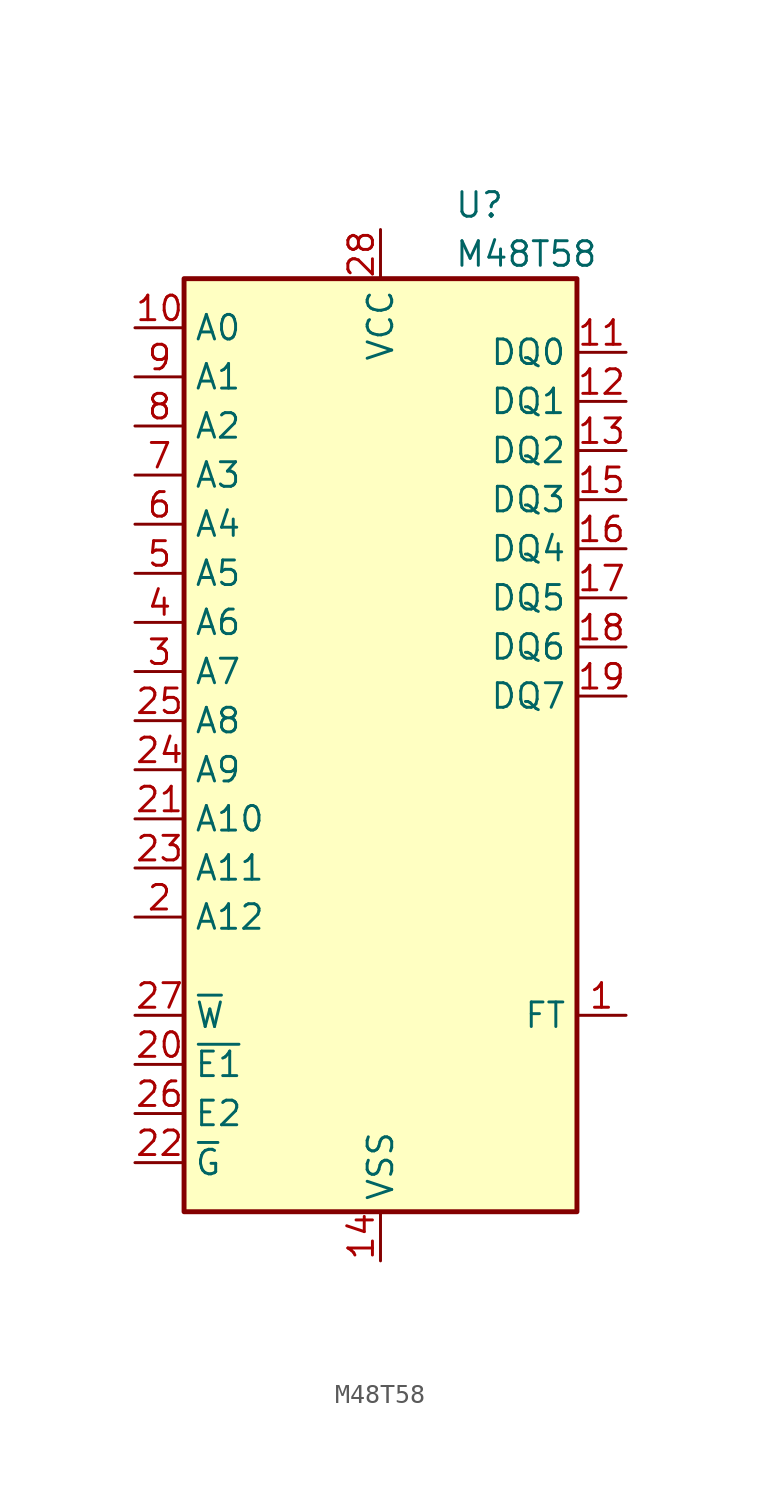
<source format=kicad_sym>
(kicad_symbol_lib
  (version 20231120)
  (generator "kicad_symbol_editor")
  (generator_version "8.0")
  (symbol "M48T58"
    (property "Reference" "U"
      (at 3.81 27.94 0)
      (effects (font (size 1.27 1.27)) (justify left)))
    (property "Value" "M48T58"
      (at 3.81 25.4 0)
      (effects (font (size 1.27 1.27)) (justify left)))
    (symbol "M48T58_1_1"
      (rectangle (start -10.16 24.13) (end 10.16 -24.13) (stroke (width 0.254) (type default)) (fill (type background)))
      (pin input line (at 12.7 -13.97 180) (length 2.54) (name "FT" (effects (font (size 1.27 1.27)))) (number "1" (effects (font (size 1.27 1.27)))))
      (pin input line (at -12.7 21.59 0) (length 2.54) (name "A0" (effects (font (size 1.27 1.27)))) (number "10" (effects (font (size 1.27 1.27)))))
      (pin bidirectional line (at 12.7 20.32 180) (length 2.54) (name "DQ0" (effects (font (size 1.27 1.27)))) (number "11" (effects (font (size 1.27 1.27)))))
      (pin bidirectional line (at 12.7 17.78 180) (length 2.54) (name "DQ1" (effects (font (size 1.27 1.27)))) (number "12" (effects (font (size 1.27 1.27)))))
      (pin bidirectional line (at 12.7 15.24 180) (length 2.54) (name "DQ2" (effects (font (size 1.27 1.27)))) (number "13" (effects (font (size 1.27 1.27)))))
      (pin power_in line (at 0 -26.67 90) (length 2.54) (name "VSS" (effects (font (size 1.27 1.27)))) (number "14" (effects (font (size 1.27 1.27)))))
      (pin bidirectional line (at 12.7 12.7 180) (length 2.54) (name "DQ3" (effects (font (size 1.27 1.27)))) (number "15" (effects (font (size 1.27 1.27)))))
      (pin bidirectional line (at 12.7 10.16 180) (length 2.54) (name "DQ4" (effects (font (size 1.27 1.27)))) (number "16" (effects (font (size 1.27 1.27)))))
      (pin bidirectional line (at 12.7 7.62 180) (length 2.54) (name "DQ5" (effects (font (size 1.27 1.27)))) (number "17" (effects (font (size 1.27 1.27)))))
      (pin bidirectional line (at 12.7 5.08 180) (length 2.54) (name "DQ6" (effects (font (size 1.27 1.27)))) (number "18" (effects (font (size 1.27 1.27)))))
      (pin bidirectional line (at 12.7 2.54 180) (length 2.54) (name "DQ7" (effects (font (size 1.27 1.27)))) (number "19" (effects (font (size 1.27 1.27)))))
      (pin input line (at -12.7 -8.89 0) (length 2.54) (name "A12" (effects (font (size 1.27 1.27)))) (number "2" (effects (font (size 1.27 1.27)))))
      (pin input line (at -12.7 -16.51 0) (length 2.54) (name "~{E1}" (effects (font (size 1.27 1.27)))) (number "20" (effects (font (size 1.27 1.27)))))
      (pin input line (at -12.7 -3.81 0) (length 2.54) (name "A10" (effects (font (size 1.27 1.27)))) (number "21" (effects (font (size 1.27 1.27)))))
      (pin input line (at -12.7 -21.59 0) (length 2.54) (name "~{G}" (effects (font (size 1.27 1.27)))) (number "22" (effects (font (size 1.27 1.27)))))
      (pin input line (at -12.7 -6.35 0) (length 2.54) (name "A11" (effects (font (size 1.27 1.27)))) (number "23" (effects (font (size 1.27 1.27)))))
      (pin input line (at -12.7 -1.27 0) (length 2.54) (name "A9" (effects (font (size 1.27 1.27)))) (number "24" (effects (font (size 1.27 1.27)))))
      (pin input line (at -12.7 1.27 0) (length 2.54) (name "A8" (effects (font (size 1.27 1.27)))) (number "25" (effects (font (size 1.27 1.27)))))
      (pin input line (at -12.7 -19.05 0) (length 2.54) (name "E2" (effects (font (size 1.27 1.27)))) (number "26" (effects (font (size 1.27 1.27)))))
      (pin input line (at -12.7 -13.97 0) (length 2.54) (name "~{W}" (effects (font (size 1.27 1.27)))) (number "27" (effects (font (size 1.27 1.27)))))
      (pin power_in line (at 0 26.67 270) (length 2.54) (name "VCC" (effects (font (size 1.27 1.27)))) (number "28" (effects (font (size 1.27 1.27)))))
      (pin input line (at -12.7 3.81 0) (length 2.54) (name "A7" (effects (font (size 1.27 1.27)))) (number "3" (effects (font (size 1.27 1.27)))))
      (pin input line (at -12.7 6.35 0) (length 2.54) (name "A6" (effects (font (size 1.27 1.27)))) (number "4" (effects (font (size 1.27 1.27)))))
      (pin input line (at -12.7 8.89 0) (length 2.54) (name "A5" (effects (font (size 1.27 1.27)))) (number "5" (effects (font (size 1.27 1.27)))))
      (pin input line (at -12.7 11.43 0) (length 2.54) (name "A4" (effects (font (size 1.27 1.27)))) (number "6" (effects (font (size 1.27 1.27)))))
      (pin input line (at -12.7 13.97 0) (length 2.54) (name "A3" (effects (font (size 1.27 1.27)))) (number "7" (effects (font (size 1.27 1.27)))))
      (pin input line (at -12.7 16.51 0) (length 2.54) (name "A2" (effects (font (size 1.27 1.27)))) (number "8" (effects (font (size 1.27 1.27)))))
      (pin input line (at -12.7 19.05 0) (length 2.54) (name "A1" (effects (font (size 1.27 1.27)))) (number "9" (effects (font (size 1.27 1.27))))))))
</source>
